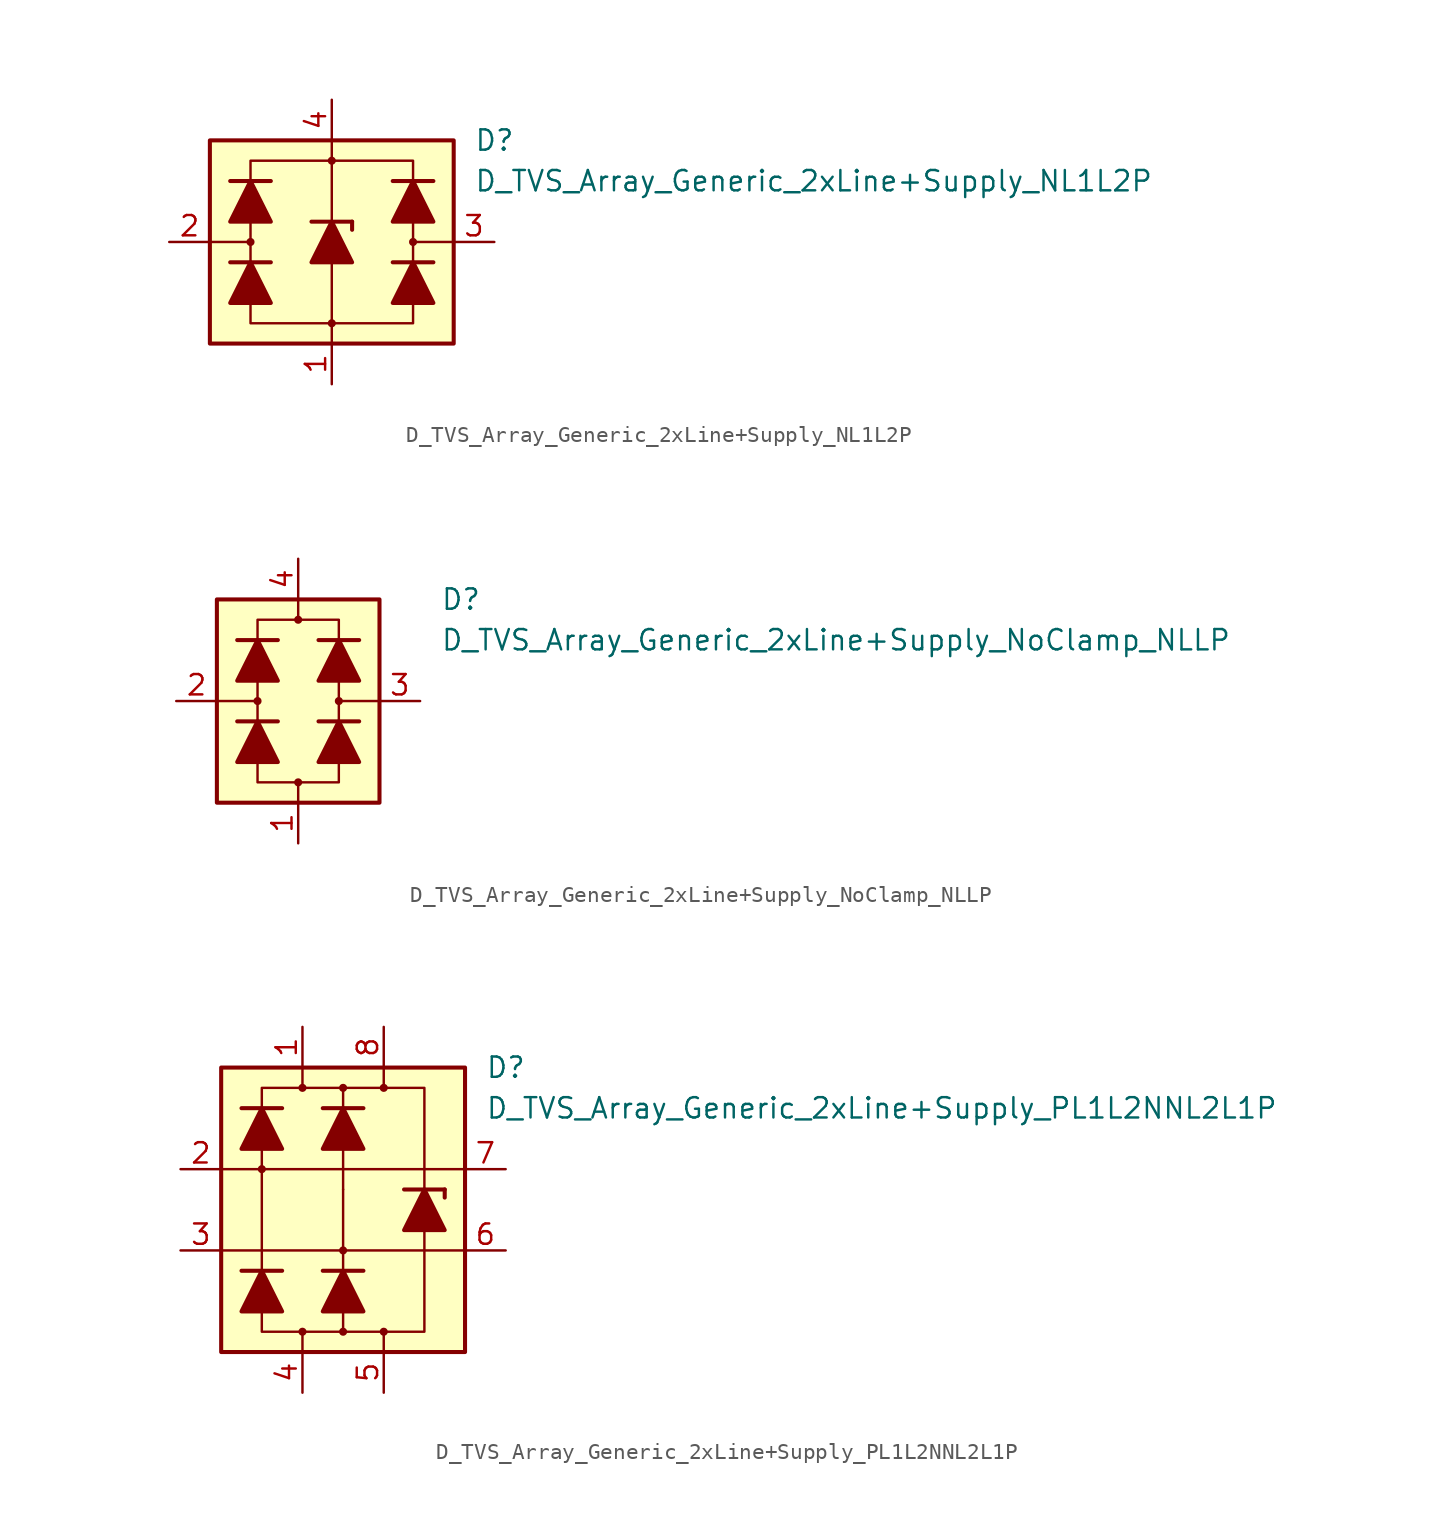
<source format=kicad_sym>
(kicad_symbol_lib
  (version 20211014)
  (generator kicad_symbol_editor)
  (symbol "D_TVS_Array_Generic_2xLine+Supply_NL1L2P"
    (pin_names
      (offset 1.016) hide)
    (property "Reference" "D"
      (at 8.89 6.35 0)
      (effects (font (size 1.27 1.27)) (justify left)))
    (property "Value" "D_TVS_Array_Generic_2xLine+Supply_NL1L2P"
      (at 8.89 3.81 0)
      (effects (font (size 1.27 1.27)) (justify left)))
    (symbol "D_TVS_Array_Generic_2xLine+Supply_NL1L2P_0_1"
      (rectangle (start -7.62 6.35) (end 7.62 -6.35) (stroke (width 0.254) (type default) (color 0 0 0 0)) (fill (type background)))
      (circle (center -5.08 0) (radius 0.178) (stroke (width 0) (type default) (color 0 0 0 0)) (fill (type outline)))
      (polyline (pts (xy -5.08 -1.27) (xy -5.08 1.27)) (stroke (width 0) (type default) (color 0 0 0 0)) (fill (type none)))
      (polyline (pts (xy -5.08 0) (xy -7.62 0)) (stroke (width 0) (type default) (color 0 0 0 0)) (fill (type none)))
      (polyline (pts (xy 0 -5.08) (xy 0 -6.35)) (stroke (width 0) (type default) (color 0 0 0 0)) (fill (type none)))
      (polyline (pts (xy 0 -1.27) (xy 0 -5.08)) (stroke (width 0) (type default) (color 0 0 0 0)) (fill (type none)))
      (polyline (pts (xy 0 1.27) (xy 0 6.35)) (stroke (width 0) (type default) (color 0 0 0 0)) (fill (type none)))
      (polyline (pts (xy 5.08 -1.27) (xy 5.08 1.27)) (stroke (width 0) (type default) (color 0 0 0 0)) (fill (type none)))
      (polyline (pts (xy 5.08 0) (xy 7.62 0)) (stroke (width 0) (type default) (color 0 0 0 0)) (fill (type none)))
      (polyline (pts (xy -5.08 -3.81) (xy -5.08 -5.08) (xy 5.08 -5.08) (xy 5.08 -3.81)) (stroke (width 0) (type default) (color 0 0 0 0)) (fill (type none)))
      (polyline (pts (xy -5.08 3.81) (xy -5.08 5.08) (xy 5.08 5.08) (xy 5.08 3.81)) (stroke (width 0) (type default) (color 0 0 0 0)) (fill (type none)))
      (circle (center 0 5.08) (radius 0.178) (stroke (width 0) (type default) (color 0 0 0 0)) (fill (type outline)))
      (circle (center 5.08 0) (radius 0.178) (stroke (width 0) (type default) (color 0 0 0 0)) (fill (type outline))))
    (symbol "D_TVS_Array_Generic_2xLine+Supply_NL1L2P_1_1"
      (circle (center 0 -5.08) (radius 0.178) (stroke (width 0) (type default) (color 0 0 0 0)) (fill (type outline)))
      (polyline (pts (xy -5.08 -3.81) (xy -5.08 -1.27)) (stroke (width 0) (type default) (color 0 0 0 0)) (fill (type none)))
      (polyline (pts (xy -5.08 1.27) (xy -5.08 3.81)) (stroke (width 0) (type default) (color 0 0 0 0)) (fill (type none)))
      (polyline (pts (xy -3.81 -1.27) (xy -6.35 -1.27)) (stroke (width 0.254) (type default) (color 0 0 0 0)) (fill (type none)))
      (polyline (pts (xy -3.81 3.81) (xy -6.35 3.81)) (stroke (width 0.254) (type default) (color 0 0 0 0)) (fill (type none)))
      (polyline (pts (xy -1.27 1.27) (xy 1.27 1.27)) (stroke (width 0.254) (type default) (color 0 0 0 0)) (fill (type none)))
      (polyline (pts (xy 0 -1.27) (xy 0 1.27)) (stroke (width 0) (type default) (color 0 0 0 0)) (fill (type none)))
      (polyline (pts (xy 1.27 1.27) (xy 1.27 0.762)) (stroke (width 0.254) (type default) (color 0 0 0 0)) (fill (type none)))
      (polyline (pts (xy 5.08 -3.81) (xy 5.08 -1.27)) (stroke (width 0) (type default) (color 0 0 0 0)) (fill (type none)))
      (polyline (pts (xy 5.08 1.27) (xy 5.08 3.81)) (stroke (width 0) (type default) (color 0 0 0 0)) (fill (type none)))
      (polyline (pts (xy 6.35 -1.27) (xy 3.81 -1.27)) (stroke (width 0.254) (type default) (color 0 0 0 0)) (fill (type none)))
      (polyline (pts (xy 6.35 3.81) (xy 3.81 3.81)) (stroke (width 0.254) (type default) (color 0 0 0 0)) (fill (type none)))
      (polyline (pts (xy -3.81 -3.81) (xy -6.35 -3.81) (xy -5.08 -1.27) (xy -3.81 -3.81)) (stroke (width 0.254) (type default) (color 0 0 0 0)) (fill (type outline)))
      (polyline (pts (xy -3.81 1.27) (xy -6.35 1.27) (xy -5.08 3.81) (xy -3.81 1.27)) (stroke (width 0.254) (type default) (color 0 0 0 0)) (fill (type outline)))
      (polyline (pts (xy 1.27 -1.27) (xy -1.27 -1.27) (xy 0 1.27) (xy 1.27 -1.27)) (stroke (width 0.254) (type default) (color 0 0 0 0)) (fill (type outline)))
      (polyline (pts (xy 6.35 -3.81) (xy 3.81 -3.81) (xy 5.08 -1.27) (xy 6.35 -3.81)) (stroke (width 0.254) (type default) (color 0 0 0 0)) (fill (type outline)))
      (polyline (pts (xy 6.35 1.27) (xy 3.81 1.27) (xy 5.08 3.81) (xy 6.35 1.27)) (stroke (width 0.254) (type default) (color 0 0 0 0)) (fill (type outline)))
      (pin passive line (at 0 -8.89 90) (length 2.54) (name "VN" (effects (font (size 1.27 1.27)))) (number "1" (effects (font (size 1.27 1.27)))))
      (pin passive line (at -10.16 0 0) (length 2.54) (name "L1" (effects (font (size 1.27 1.27)))) (number "2" (effects (font (size 1.27 1.27)))))
      (pin passive line (at 10.16 0 180) (length 2.54) (name "L2" (effects (font (size 1.27 1.27)))) (number "3" (effects (font (size 1.27 1.27)))))
      (pin passive line (at 0 8.89 270) (length 2.54) (name "VP" (effects (font (size 1.27 1.27)))) (number "4" (effects (font (size 1.27 1.27)))))))
  (symbol "D_TVS_Array_Generic_2xLine+Supply_NoClamp_NLLP"
    (pin_names
      (offset 1.016) hide)
    (property "Reference" "D"
      (at 8.89 6.35 0)
      (effects (font (size 1.27 1.27)) (justify left)))
    (property "Value" "D_TVS_Array_Generic_2xLine+Supply_NoClamp_NLLP"
      (at 8.89 3.81 0)
      (effects (font (size 1.27 1.27)) (justify left)))
    (symbol "D_TVS_Array_Generic_2xLine+Supply_NoClamp_NLLP_0_1"
      (rectangle (start -5.08 6.35) (end 5.08 -6.35) (stroke (width 0.254) (type default) (color 0 0 0 0)) (fill (type background)))
      (circle (center -2.54 0) (radius 0.178) (stroke (width 0) (type default) (color 0 0 0 0)) (fill (type outline)))
      (polyline (pts (xy -2.54 -1.27) (xy -2.54 1.27)) (stroke (width 0) (type default) (color 0 0 0 0)) (fill (type none)))
      (polyline (pts (xy -2.54 0) (xy -5.08 0)) (stroke (width 0) (type default) (color 0 0 0 0)) (fill (type none)))
      (polyline (pts (xy 0 -5.08) (xy 0 -6.35)) (stroke (width 0) (type default) (color 0 0 0 0)) (fill (type none)))
      (polyline (pts (xy 0 5.08) (xy 0 6.35)) (stroke (width 0.152) (type default) (color 0 0 0 0)) (fill (type none)))
      (polyline (pts (xy 2.54 -1.27) (xy 2.54 1.27)) (stroke (width 0) (type default) (color 0 0 0 0)) (fill (type none)))
      (polyline (pts (xy 2.54 0) (xy 5.08 0)) (stroke (width 0) (type default) (color 0 0 0 0)) (fill (type none)))
      (polyline (pts (xy -2.54 -3.81) (xy -2.54 -5.08) (xy 2.54 -5.08) (xy 2.54 -3.81)) (stroke (width 0.152) (type default) (color 0 0 0 0)) (fill (type none)))
      (polyline (pts (xy -2.54 3.81) (xy -2.54 5.08) (xy 2.54 5.08) (xy 2.54 3.81)) (stroke (width 0.152) (type default) (color 0 0 0 0)) (fill (type none)))
      (circle (center 0 5.08) (radius 0.178) (stroke (width 0) (type default) (color 0 0 0 0)) (fill (type outline)))
      (circle (center 2.54 0) (radius 0.178) (stroke (width 0) (type default) (color 0 0 0 0)) (fill (type outline))))
    (symbol "D_TVS_Array_Generic_2xLine+Supply_NoClamp_NLLP_1_1"
      (circle (center 0 -5.08) (radius 0.178) (stroke (width 0) (type default) (color 0 0 0 0)) (fill (type outline)))
      (polyline (pts (xy -2.54 -3.81) (xy -2.54 -1.27)) (stroke (width 0) (type default) (color 0 0 0 0)) (fill (type none)))
      (polyline (pts (xy -2.54 1.27) (xy -2.54 3.81)) (stroke (width 0) (type default) (color 0 0 0 0)) (fill (type none)))
      (polyline (pts (xy -1.27 -1.27) (xy -3.81 -1.27)) (stroke (width 0.254) (type default) (color 0 0 0 0)) (fill (type none)))
      (polyline (pts (xy -1.27 3.81) (xy -3.81 3.81)) (stroke (width 0.254) (type default) (color 0 0 0 0)) (fill (type none)))
      (polyline (pts (xy 2.54 -3.81) (xy 2.54 -1.27)) (stroke (width 0) (type default) (color 0 0 0 0)) (fill (type none)))
      (polyline (pts (xy 2.54 1.27) (xy 2.54 3.81)) (stroke (width 0) (type default) (color 0 0 0 0)) (fill (type none)))
      (polyline (pts (xy 3.81 -1.27) (xy 1.27 -1.27)) (stroke (width 0.254) (type default) (color 0 0 0 0)) (fill (type none)))
      (polyline (pts (xy 3.81 3.81) (xy 1.27 3.81)) (stroke (width 0.254) (type default) (color 0 0 0 0)) (fill (type none)))
      (polyline (pts (xy -1.27 -3.81) (xy -3.81 -3.81) (xy -2.54 -1.27) (xy -1.27 -3.81)) (stroke (width 0.254) (type default) (color 0 0 0 0)) (fill (type outline)))
      (polyline (pts (xy -1.27 1.27) (xy -3.81 1.27) (xy -2.54 3.81) (xy -1.27 1.27)) (stroke (width 0.254) (type default) (color 0 0 0 0)) (fill (type outline)))
      (polyline (pts (xy 3.81 -3.81) (xy 1.27 -3.81) (xy 2.54 -1.27) (xy 3.81 -3.81)) (stroke (width 0.254) (type default) (color 0 0 0 0)) (fill (type outline)))
      (polyline (pts (xy 3.81 1.27) (xy 1.27 1.27) (xy 2.54 3.81) (xy 3.81 1.27)) (stroke (width 0.254) (type default) (color 0 0 0 0)) (fill (type outline)))
      (pin passive line (at 0 -8.89 90) (length 2.54) (name "VN" (effects (font (size 1.27 1.27)))) (number "1" (effects (font (size 1.27 1.27)))))
      (pin passive line (at -7.62 0 0) (length 2.54) (name "L1" (effects (font (size 1.27 1.27)))) (number "2" (effects (font (size 1.27 1.27)))))
      (pin passive line (at 7.62 0 180) (length 2.54) (name "L2" (effects (font (size 1.27 1.27)))) (number "3" (effects (font (size 1.27 1.27)))))
      (pin passive line (at 0 8.89 270) (length 2.54) (name "VP" (effects (font (size 1.27 1.27)))) (number "4" (effects (font (size 1.27 1.27)))))))
  (symbol "D_TVS_Array_Generic_2xLine+Supply_PL1L2NNL2L1P"
    (pin_names
      (offset 1.016) hide)
    (property "Reference" "D"
      (at 8.89 8.89 0)
      (effects (font (size 1.27 1.27)) (justify left)))
    (property "Value" "D_TVS_Array_Generic_2xLine+Supply_PL1L2NNL2L1P"
      (at 8.89 6.35 0)
      (effects (font (size 1.27 1.27)) (justify left)))
    (symbol "D_TVS_Array_Generic_2xLine+Supply_PL1L2NNL2L1P_0_1"
      (rectangle (start -7.62 8.89) (end 7.62 -8.89) (stroke (width 0.254) (type default) (color 0 0 0 0)) (fill (type background)))
      (polyline (pts (xy -7.62 -2.54) (xy 7.62 -2.54)) (stroke (width 0) (type default) (color 0 0 0 0)) (fill (type none)))
      (polyline (pts (xy -7.62 2.54) (xy 7.62 2.54)) (stroke (width 0) (type default) (color 0 0 0 0)) (fill (type none)))
      (polyline (pts (xy -5.08 -3.81) (xy -5.08 3.81)) (stroke (width 0) (type default) (color 0 0 0 0)) (fill (type none)))
      (polyline (pts (xy -2.54 -7.62) (xy -2.54 -8.89)) (stroke (width 0) (type default) (color 0 0 0 0)) (fill (type none)))
      (polyline (pts (xy -2.54 7.62) (xy -2.54 8.89)) (stroke (width 0) (type default) (color 0 0 0 0)) (fill (type none)))
      (polyline (pts (xy 0 -7.62) (xy 0 -6.35)) (stroke (width 0) (type default) (color 0 0 0 0)) (fill (type none)))
      (polyline (pts (xy 0 1.27) (xy 0 -3.81)) (stroke (width 0) (type default) (color 0 0 0 0)) (fill (type none)))
      (polyline (pts (xy 0 1.27) (xy 0 3.81)) (stroke (width 0) (type default) (color 0 0 0 0)) (fill (type none)))
      (polyline (pts (xy 0 6.35) (xy 0 7.62)) (stroke (width 0) (type default) (color 0 0 0 0)) (fill (type none)))
      (polyline (pts (xy 2.54 -7.62) (xy 2.54 -8.89)) (stroke (width 0) (type default) (color 0 0 0 0)) (fill (type none)))
      (polyline (pts (xy 2.54 7.62) (xy 2.54 8.89)) (stroke (width 0) (type default) (color 0 0 0 0)) (fill (type none)))
      (polyline (pts (xy -5.08 -6.35) (xy -5.08 -7.62) (xy 5.08 -7.62) (xy 5.08 -1.27)) (stroke (width 0) (type default) (color 0 0 0 0)) (fill (type none)))
      (polyline (pts (xy 5.08 1.27) (xy 5.08 7.62) (xy -5.08 7.62) (xy -5.08 6.35)) (stroke (width 0) (type default) (color 0 0 0 0)) (fill (type none))))
    (symbol "D_TVS_Array_Generic_2xLine+Supply_PL1L2NNL2L1P_1_1"
      (circle (center -5.08 2.54) (radius 0.178) (stroke (width 0) (type default) (color 0 0 0 0)) (fill (type outline)))
      (circle (center -2.54 -7.62) (radius 0.178) (stroke (width 0) (type default) (color 0 0 0 0)) (fill (type outline)))
      (circle (center -2.54 7.62) (radius 0.178) (stroke (width 0) (type default) (color 0 0 0 0)) (fill (type outline)))
      (circle (center 0 -7.62) (radius 0.178) (stroke (width 0) (type default) (color 0 0 0 0)) (fill (type outline)))
      (circle (center 0 -2.54) (radius 0.178) (stroke (width 0) (type default) (color 0 0 0 0)) (fill (type outline)))
      (polyline (pts (xy -3.81 -3.81) (xy -6.35 -3.81)) (stroke (width 0.254) (type default) (color 0 0 0 0)) (fill (type none)))
      (polyline (pts (xy -3.81 6.35) (xy -6.35 6.35)) (stroke (width 0.254) (type default) (color 0 0 0 0)) (fill (type none)))
      (polyline (pts (xy 0 -6.35) (xy 0 -3.81)) (stroke (width 0) (type default) (color 0 0 0 0)) (fill (type none)))
      (polyline (pts (xy 0 3.81) (xy 0 6.35)) (stroke (width 0) (type default) (color 0 0 0 0)) (fill (type none)))
      (polyline (pts (xy 1.27 -3.81) (xy -1.27 -3.81)) (stroke (width 0.254) (type default) (color 0 0 0 0)) (fill (type none)))
      (polyline (pts (xy 1.27 6.35) (xy -1.27 6.35)) (stroke (width 0.254) (type default) (color 0 0 0 0)) (fill (type none)))
      (polyline (pts (xy 3.81 1.27) (xy 6.35 1.27)) (stroke (width 0.254) (type default) (color 0 0 0 0)) (fill (type none)))
      (polyline (pts (xy 5.08 -1.27) (xy 5.08 1.27)) (stroke (width 0) (type default) (color 0 0 0 0)) (fill (type none)))
      (polyline (pts (xy 6.35 1.27) (xy 6.35 0.762)) (stroke (width 0.254) (type default) (color 0 0 0 0)) (fill (type none)))
      (polyline (pts (xy -3.81 -6.35) (xy -6.35 -6.35) (xy -5.08 -3.81) (xy -3.81 -6.35)) (stroke (width 0.254) (type default) (color 0 0 0 0)) (fill (type outline)))
      (polyline (pts (xy -3.81 3.81) (xy -6.35 3.81) (xy -5.08 6.35) (xy -3.81 3.81)) (stroke (width 0.254) (type default) (color 0 0 0 0)) (fill (type outline)))
      (polyline (pts (xy 1.27 -6.35) (xy -1.27 -6.35) (xy 0 -3.81) (xy 1.27 -6.35)) (stroke (width 0.254) (type default) (color 0 0 0 0)) (fill (type outline)))
      (polyline (pts (xy 1.27 3.81) (xy -1.27 3.81) (xy 0 6.35) (xy 1.27 3.81)) (stroke (width 0.254) (type default) (color 0 0 0 0)) (fill (type outline)))
      (polyline (pts (xy 6.35 -1.27) (xy 3.81 -1.27) (xy 5.08 1.27) (xy 6.35 -1.27)) (stroke (width 0.254) (type default) (color 0 0 0 0)) (fill (type outline)))
      (circle (center 0 7.62) (radius 0.178) (stroke (width 0) (type default) (color 0 0 0 0)) (fill (type outline)))
      (circle (center 2.54 -7.62) (radius 0.178) (stroke (width 0) (type default) (color 0 0 0 0)) (fill (type outline)))
      (circle (center 2.54 7.62) (radius 0.178) (stroke (width 0) (type default) (color 0 0 0 0)) (fill (type outline)))
      (pin passive line (at -2.54 11.43 270) (length 2.54) (name "VP" (effects (font (size 1.27 1.27)))) (number "1" (effects (font (size 1.27 1.27)))))
      (pin passive line (at -10.16 2.54 0) (length 2.54) (name "L1" (effects (font (size 1.27 1.27)))) (number "2" (effects (font (size 1.27 1.27)))))
      (pin passive line (at -10.16 -2.54 0) (length 2.54) (name "L2" (effects (font (size 1.27 1.27)))) (number "3" (effects (font (size 1.27 1.27)))))
      (pin passive line (at -2.54 -11.43 90) (length 2.54) (name "VN" (effects (font (size 1.27 1.27)))) (number "4" (effects (font (size 1.27 1.27)))))
      (pin passive line (at 2.54 -11.43 90) (length 2.54) (name "VN" (effects (font (size 1.27 1.27)))) (number "5" (effects (font (size 1.27 1.27)))))
      (pin passive line (at 10.16 -2.54 180) (length 2.54) (name "L2" (effects (font (size 1.27 1.27)))) (number "6" (effects (font (size 1.27 1.27)))))
      (pin passive line (at 10.16 2.54 180) (length 2.54) (name "L1" (effects (font (size 1.27 1.27)))) (number "7" (effects (font (size 1.27 1.27)))))
      (pin passive line (at 2.54 11.43 270) (length 2.54) (name "VP" (effects (font (size 1.27 1.27)))) (number "8" (effects (font (size 1.27 1.27))))))))
</source>
